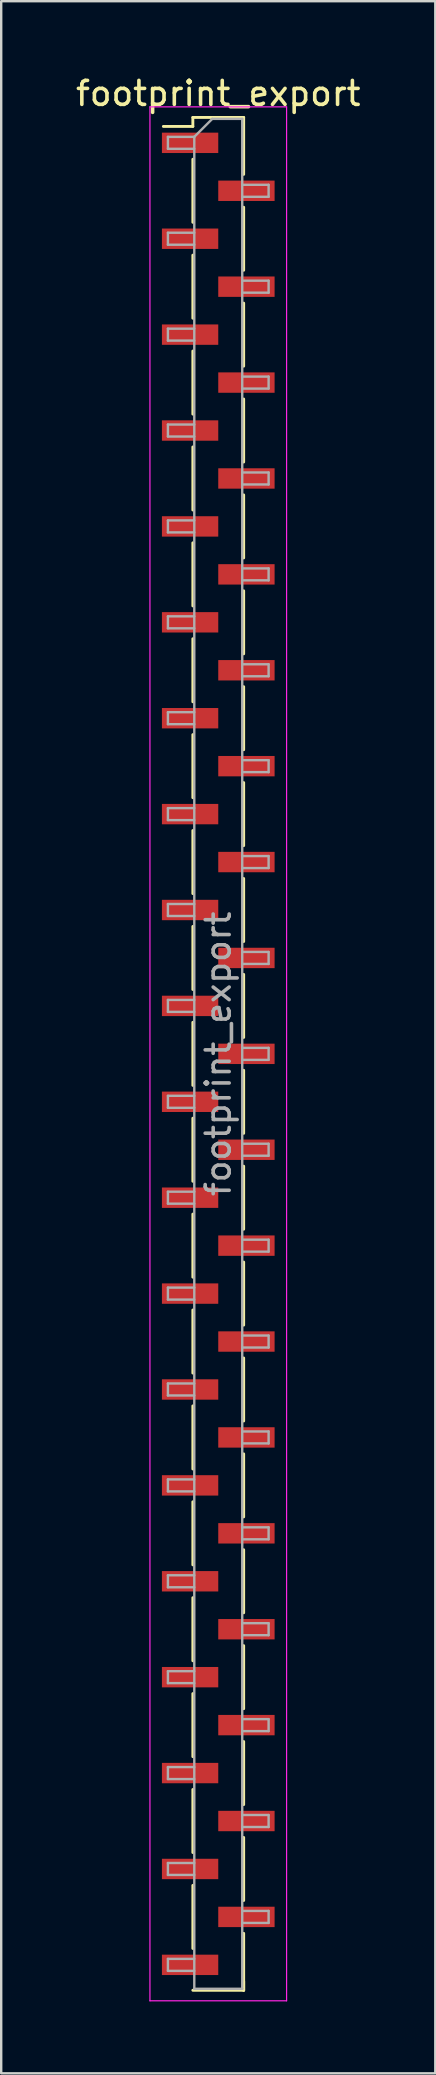
<source format=kicad_pcb>
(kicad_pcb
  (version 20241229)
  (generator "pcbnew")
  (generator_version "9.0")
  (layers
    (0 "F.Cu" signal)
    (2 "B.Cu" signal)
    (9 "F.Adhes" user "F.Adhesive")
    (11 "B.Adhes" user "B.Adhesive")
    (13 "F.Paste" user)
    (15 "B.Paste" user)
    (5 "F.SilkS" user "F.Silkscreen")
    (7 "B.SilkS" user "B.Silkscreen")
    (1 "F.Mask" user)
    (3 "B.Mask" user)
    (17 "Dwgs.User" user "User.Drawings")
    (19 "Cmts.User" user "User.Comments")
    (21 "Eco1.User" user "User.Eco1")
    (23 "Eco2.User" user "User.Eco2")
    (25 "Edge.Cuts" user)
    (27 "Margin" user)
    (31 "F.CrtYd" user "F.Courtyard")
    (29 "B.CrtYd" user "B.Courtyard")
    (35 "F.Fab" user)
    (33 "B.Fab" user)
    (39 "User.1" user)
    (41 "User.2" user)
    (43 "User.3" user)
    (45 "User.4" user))
  (footprint "footprint_export"
    (layer "F.Cu")
    (at 6.054 40.908)
    (property "Reference" "footprint_export" (at 0 -40.06 0) (layer "F.SilkS") (effects (font (size 1 1) (thickness 0.15))))
    (attr smd)
    (fp_line (start -1.06 -39.06) (end -1.06 -38.685) (stroke (width 0.12) (type solid)) (layer "F.SilkS"))
    (fp_line (start -1.06 -39.06) (end 1.06 -39.06) (stroke (width 0.12) (type solid)) (layer "F.SilkS"))
    (fp_line (start -1.06 -38.685) (end -2.29 -38.685) (stroke (width 0.12) (type solid)) (layer "F.SilkS"))
    (fp_line (start -1.06 -37.315) (end -1.06 -34.685) (stroke (width 0.12) (type solid)) (layer "F.SilkS"))
    (fp_line (start -1.06 -33.315) (end -1.06 -30.685) (stroke (width 0.12) (type solid)) (layer "F.SilkS"))
    (fp_line (start -1.06 -29.315) (end -1.06 -26.685) (stroke (width 0.12) (type solid)) (layer "F.SilkS"))
    (fp_line (start -1.06 -25.315) (end -1.06 -22.685) (stroke (width 0.12) (type solid)) (layer "F.SilkS"))
    (fp_line (start -1.06 -21.315) (end -1.06 -18.685) (stroke (width 0.12) (type solid)) (layer "F.SilkS"))
    (fp_line (start -1.06 -17.315) (end -1.06 -14.685) (stroke (width 0.12) (type solid)) (layer "F.SilkS"))
    (fp_line (start -1.06 -13.315) (end -1.06 -10.685) (stroke (width 0.12) (type solid)) (layer "F.SilkS"))
    (fp_line (start -1.06 -9.315) (end -1.06 -6.685) (stroke (width 0.12) (type solid)) (layer "F.SilkS"))
    (fp_line (start -1.06 -5.315) (end -1.06 -2.685) (stroke (width 0.12) (type solid)) (layer "F.SilkS"))
    (fp_line (start -1.06 -1.315) (end -1.06 1.315) (stroke (width 0.12) (type solid)) (layer "F.SilkS"))
    (fp_line (start -1.06 2.685) (end -1.06 5.315) (stroke (width 0.12) (type solid)) (layer "F.SilkS"))
    (fp_line (start -1.06 6.685) (end -1.06 9.315) (stroke (width 0.12) (type solid)) (layer "F.SilkS"))
    (fp_line (start -1.06 10.685) (end -1.06 13.315) (stroke (width 0.12) (type solid)) (layer "F.SilkS"))
    (fp_line (start -1.06 14.685) (end -1.06 17.315) (stroke (width 0.12) (type solid)) (layer "F.SilkS"))
    (fp_line (start -1.06 18.685) (end -1.06 21.315) (stroke (width 0.12) (type solid)) (layer "F.SilkS"))
    (fp_line (start -1.06 22.685) (end -1.06 25.315) (stroke (width 0.12) (type solid)) (layer "F.SilkS"))
    (fp_line (start -1.06 26.685) (end -1.06 29.315) (stroke (width 0.12) (type solid)) (layer "F.SilkS"))
    (fp_line (start -1.06 30.685) (end -1.06 33.315) (stroke (width 0.12) (type solid)) (layer "F.SilkS"))
    (fp_line (start -1.06 34.685) (end -1.06 37.315) (stroke (width 0.12) (type solid)) (layer "F.SilkS"))
    (fp_line (start -1.06 39.06) (end 1.06 39.06) (stroke (width 0.12) (type solid)) (layer "F.SilkS"))
    (fp_line (start 1.06 -39.06) (end 1.06 -36.685) (stroke (width 0.12) (type solid)) (layer "F.SilkS"))
    (fp_line (start 1.06 -35.315) (end 1.06 -32.685) (stroke (width 0.12) (type solid)) (layer "F.SilkS"))
    (fp_line (start 1.06 -31.315) (end 1.06 -28.685) (stroke (width 0.12) (type solid)) (layer "F.SilkS"))
    (fp_line (start 1.06 -27.315) (end 1.06 -24.685) (stroke (width 0.12) (type solid)) (layer "F.SilkS"))
    (fp_line (start 1.06 -23.315) (end 1.06 -20.685) (stroke (width 0.12) (type solid)) (layer "F.SilkS"))
    (fp_line (start 1.06 -19.315) (end 1.06 -16.685) (stroke (width 0.12) (type solid)) (layer "F.SilkS"))
    (fp_line (start 1.06 -15.315) (end 1.06 -12.685) (stroke (width 0.12) (type solid)) (layer "F.SilkS"))
    (fp_line (start 1.06 -11.315) (end 1.06 -8.685) (stroke (width 0.12) (type solid)) (layer "F.SilkS"))
    (fp_line (start 1.06 -7.315) (end 1.06 -4.685) (stroke (width 0.12) (type solid)) (layer "F.SilkS"))
    (fp_line (start 1.06 -3.315) (end 1.06 -0.685) (stroke (width 0.12) (type solid)) (layer "F.SilkS"))
    (fp_line (start 1.06 0.685) (end 1.06 3.315) (stroke (width 0.12) (type solid)) (layer "F.SilkS"))
    (fp_line (start 1.06 4.685) (end 1.06 7.315) (stroke (width 0.12) (type solid)) (layer "F.SilkS"))
    (fp_line (start 1.06 8.685) (end 1.06 11.315) (stroke (width 0.12) (type solid)) (layer "F.SilkS"))
    (fp_line (start 1.06 12.685) (end 1.06 15.315) (stroke (width 0.12) (type solid)) (layer "F.SilkS"))
    (fp_line (start 1.06 16.685) (end 1.06 19.315) (stroke (width 0.12) (type solid)) (layer "F.SilkS"))
    (fp_line (start 1.06 20.685) (end 1.06 23.315) (stroke (width 0.12) (type solid)) (layer "F.SilkS"))
    (fp_line (start 1.06 24.685) (end 1.06 27.315) (stroke (width 0.12) (type solid)) (layer "F.SilkS"))
    (fp_line (start 1.06 28.685) (end 1.06 31.315) (stroke (width 0.12) (type solid)) (layer "F.SilkS"))
    (fp_line (start 1.06 32.685) (end 1.06 35.315) (stroke (width 0.12) (type solid)) (layer "F.SilkS"))
    (fp_line (start 1.06 36.685) (end 1.06 39.06) (stroke (width 0.12) (type solid)) (layer "F.SilkS"))
    (fp_line (start 1.06 38.685) (end 1.06 39.06) (stroke (width 0.12) (type solid)) (layer "F.SilkS"))
    (fp_line (start -2.85 -39.5) (end -2.85 39.5) (stroke (width 0.05) (type solid)) (layer "F.CrtYd"))
    (fp_line (start -2.85 39.5) (end 2.85 39.5) (stroke (width 0.05) (type solid)) (layer "F.CrtYd"))
    (fp_line (start 2.85 -39.5) (end -2.85 -39.5) (stroke (width 0.05) (type solid)) (layer "F.CrtYd"))
    (fp_line (start 2.85 39.5) (end 2.85 -39.5) (stroke (width 0.05) (type solid)) (layer "F.CrtYd"))
    (fp_line (start -2.1 -38.25) (end -2.1 -37.75) (stroke (width 0.1) (type solid)) (layer "F.Fab"))
    (fp_line (start -2.1 -37.75) (end -1 -37.75) (stroke (width 0.1) (type solid)) (layer "F.Fab"))
    (fp_line (start -2.1 -34.25) (end -2.1 -33.75) (stroke (width 0.1) (type solid)) (layer "F.Fab"))
    (fp_line (start -2.1 -33.75) (end -1 -33.75) (stroke (width 0.1) (type solid)) (layer "F.Fab"))
    (fp_line (start -2.1 -30.25) (end -2.1 -29.75) (stroke (width 0.1) (type solid)) (layer "F.Fab"))
    (fp_line (start -2.1 -29.75) (end -1 -29.75) (stroke (width 0.1) (type solid)) (layer "F.Fab"))
    (fp_line (start -2.1 -26.25) (end -2.1 -25.75) (stroke (width 0.1) (type solid)) (layer "F.Fab"))
    (fp_line (start -2.1 -25.75) (end -1 -25.75) (stroke (width 0.1) (type solid)) (layer "F.Fab"))
    (fp_line (start -2.1 -22.25) (end -2.1 -21.75) (stroke (width 0.1) (type solid)) (layer "F.Fab"))
    (fp_line (start -2.1 -21.75) (end -1 -21.75) (stroke (width 0.1) (type solid)) (layer "F.Fab"))
    (fp_line (start -2.1 -18.25) (end -2.1 -17.75) (stroke (width 0.1) (type solid)) (layer "F.Fab"))
    (fp_line (start -2.1 -17.75) (end -1 -17.75) (stroke (width 0.1) (type solid)) (layer "F.Fab"))
    (fp_line (start -2.1 -14.25) (end -2.1 -13.75) (stroke (width 0.1) (type solid)) (layer "F.Fab"))
    (fp_line (start -2.1 -13.75) (end -1 -13.75) (stroke (width 0.1) (type solid)) (layer "F.Fab"))
    (fp_line (start -2.1 -10.25) (end -2.1 -9.75) (stroke (width 0.1) (type solid)) (layer "F.Fab"))
    (fp_line (start -2.1 -9.75) (end -1 -9.75) (stroke (width 0.1) (type solid)) (layer "F.Fab"))
    (fp_line (start -2.1 -6.25) (end -2.1 -5.75) (stroke (width 0.1) (type solid)) (layer "F.Fab"))
    (fp_line (start -2.1 -5.75) (end -1 -5.75) (stroke (width 0.1) (type solid)) (layer "F.Fab"))
    (fp_line (start -2.1 -2.25) (end -2.1 -1.75) (stroke (width 0.1) (type solid)) (layer "F.Fab"))
    (fp_line (start -2.1 -1.75) (end -1 -1.75) (stroke (width 0.1) (type solid)) (layer "F.Fab"))
    (fp_line (start -2.1 1.75) (end -2.1 2.25) (stroke (width 0.1) (type solid)) (layer "F.Fab"))
    (fp_line (start -2.1 2.25) (end -1 2.25) (stroke (width 0.1) (type solid)) (layer "F.Fab"))
    (fp_line (start -2.1 5.75) (end -2.1 6.25) (stroke (width 0.1) (type solid)) (layer "F.Fab"))
    (fp_line (start -2.1 6.25) (end -1 6.25) (stroke (width 0.1) (type solid)) (layer "F.Fab"))
    (fp_line (start -2.1 9.75) (end -2.1 10.25) (stroke (width 0.1) (type solid)) (layer "F.Fab"))
    (fp_line (start -2.1 10.25) (end -1 10.25) (stroke (width 0.1) (type solid)) (layer "F.Fab"))
    (fp_line (start -2.1 13.75) (end -2.1 14.25) (stroke (width 0.1) (type solid)) (layer "F.Fab"))
    (fp_line (start -2.1 14.25) (end -1 14.25) (stroke (width 0.1) (type solid)) (layer "F.Fab"))
    (fp_line (start -2.1 17.75) (end -2.1 18.25) (stroke (width 0.1) (type solid)) (layer "F.Fab"))
    (fp_line (start -2.1 18.25) (end -1 18.25) (stroke (width 0.1) (type solid)) (layer "F.Fab"))
    (fp_line (start -2.1 21.75) (end -2.1 22.25) (stroke (width 0.1) (type solid)) (layer "F.Fab"))
    (fp_line (start -2.1 22.25) (end -1 22.25) (stroke (width 0.1) (type solid)) (layer "F.Fab"))
    (fp_line (start -2.1 25.75) (end -2.1 26.25) (stroke (width 0.1) (type solid)) (layer "F.Fab"))
    (fp_line (start -2.1 26.25) (end -1 26.25) (stroke (width 0.1) (type solid)) (layer "F.Fab"))
    (fp_line (start -2.1 29.75) (end -2.1 30.25) (stroke (width 0.1) (type solid)) (layer "F.Fab"))
    (fp_line (start -2.1 30.25) (end -1 30.25) (stroke (width 0.1) (type solid)) (layer "F.Fab"))
    (fp_line (start -2.1 33.75) (end -2.1 34.25) (stroke (width 0.1) (type solid)) (layer "F.Fab"))
    (fp_line (start -2.1 34.25) (end -1 34.25) (stroke (width 0.1) (type solid)) (layer "F.Fab"))
    (fp_line (start -2.1 37.75) (end -2.1 38.25) (stroke (width 0.1) (type solid)) (layer "F.Fab"))
    (fp_line (start -2.1 38.25) (end -1 38.25) (stroke (width 0.1) (type solid)) (layer "F.Fab"))
    (fp_line (start -1 -38.25) (end -2.1 -38.25) (stroke (width 0.1) (type solid)) (layer "F.Fab"))
    (fp_line (start -1 -38.25) (end -0.25 -39) (stroke (width 0.1) (type solid)) (layer "F.Fab"))
    (fp_line (start -1 -34.25) (end -2.1 -34.25) (stroke (width 0.1) (type solid)) (layer "F.Fab"))
    (fp_line (start -1 -30.25) (end -2.1 -30.25) (stroke (width 0.1) (type solid)) (layer "F.Fab"))
    (fp_line (start -1 -26.25) (end -2.1 -26.25) (stroke (width 0.1) (type solid)) (layer "F.Fab"))
    (fp_line (start -1 -22.25) (end -2.1 -22.25) (stroke (width 0.1) (type solid)) (layer "F.Fab"))
    (fp_line (start -1 -18.25) (end -2.1 -18.25) (stroke (width 0.1) (type solid)) (layer "F.Fab"))
    (fp_line (start -1 -14.25) (end -2.1 -14.25) (stroke (width 0.1) (type solid)) (layer "F.Fab"))
    (fp_line (start -1 -10.25) (end -2.1 -10.25) (stroke (width 0.1) (type solid)) (layer "F.Fab"))
    (fp_line (start -1 -6.25) (end -2.1 -6.25) (stroke (width 0.1) (type solid)) (layer "F.Fab"))
    (fp_line (start -1 -2.25) (end -2.1 -2.25) (stroke (width 0.1) (type solid)) (layer "F.Fab"))
    (fp_line (start -1 1.75) (end -2.1 1.75) (stroke (width 0.1) (type solid)) (layer "F.Fab"))
    (fp_line (start -1 5.75) (end -2.1 5.75) (stroke (width 0.1) (type solid)) (layer "F.Fab"))
    (fp_line (start -1 9.75) (end -2.1 9.75) (stroke (width 0.1) (type solid)) (layer "F.Fab"))
    (fp_line (start -1 13.75) (end -2.1 13.75) (stroke (width 0.1) (type solid)) (layer "F.Fab"))
    (fp_line (start -1 17.75) (end -2.1 17.75) (stroke (width 0.1) (type solid)) (layer "F.Fab"))
    (fp_line (start -1 21.75) (end -2.1 21.75) (stroke (width 0.1) (type solid)) (layer "F.Fab"))
    (fp_line (start -1 25.75) (end -2.1 25.75) (stroke (width 0.1) (type solid)) (layer "F.Fab"))
    (fp_line (start -1 29.75) (end -2.1 29.75) (stroke (width 0.1) (type solid)) (layer "F.Fab"))
    (fp_line (start -1 33.75) (end -2.1 33.75) (stroke (width 0.1) (type solid)) (layer "F.Fab"))
    (fp_line (start -1 37.75) (end -2.1 37.75) (stroke (width 0.1) (type solid)) (layer "F.Fab"))
    (fp_line (start -1 39) (end -1 -38.25) (stroke (width 0.1) (type solid)) (layer "F.Fab"))
    (fp_line (start -0.25 -39) (end 1 -39) (stroke (width 0.1) (type solid)) (layer "F.Fab"))
    (fp_line (start 1 -39) (end 1 39) (stroke (width 0.1) (type solid)) (layer "F.Fab"))
    (fp_line (start 1 -36.25) (end 2.1 -36.25) (stroke (width 0.1) (type solid)) (layer "F.Fab"))
    (fp_line (start 1 -32.25) (end 2.1 -32.25) (stroke (width 0.1) (type solid)) (layer "F.Fab"))
    (fp_line (start 1 -28.25) (end 2.1 -28.25) (stroke (width 0.1) (type solid)) (layer "F.Fab"))
    (fp_line (start 1 -24.25) (end 2.1 -24.25) (stroke (width 0.1) (type solid)) (layer "F.Fab"))
    (fp_line (start 1 -20.25) (end 2.1 -20.25) (stroke (width 0.1) (type solid)) (layer "F.Fab"))
    (fp_line (start 1 -16.25) (end 2.1 -16.25) (stroke (width 0.1) (type solid)) (layer "F.Fab"))
    (fp_line (start 1 -12.25) (end 2.1 -12.25) (stroke (width 0.1) (type solid)) (layer "F.Fab"))
    (fp_line (start 1 -8.25) (end 2.1 -8.25) (stroke (width 0.1) (type solid)) (layer "F.Fab"))
    (fp_line (start 1 -4.25) (end 2.1 -4.25) (stroke (width 0.1) (type solid)) (layer "F.Fab"))
    (fp_line (start 1 -0.25) (end 2.1 -0.25) (stroke (width 0.1) (type solid)) (layer "F.Fab"))
    (fp_line (start 1 3.75) (end 2.1 3.75) (stroke (width 0.1) (type solid)) (layer "F.Fab"))
    (fp_line (start 1 7.75) (end 2.1 7.75) (stroke (width 0.1) (type solid)) (layer "F.Fab"))
    (fp_line (start 1 11.75) (end 2.1 11.75) (stroke (width 0.1) (type solid)) (layer "F.Fab"))
    (fp_line (start 1 15.75) (end 2.1 15.75) (stroke (width 0.1) (type solid)) (layer "F.Fab"))
    (fp_line (start 1 19.75) (end 2.1 19.75) (stroke (width 0.1) (type solid)) (layer "F.Fab"))
    (fp_line (start 1 23.75) (end 2.1 23.75) (stroke (width 0.1) (type solid)) (layer "F.Fab"))
    (fp_line (start 1 27.75) (end 2.1 27.75) (stroke (width 0.1) (type solid)) (layer "F.Fab"))
    (fp_line (start 1 31.75) (end 2.1 31.75) (stroke (width 0.1) (type solid)) (layer "F.Fab"))
    (fp_line (start 1 35.75) (end 2.1 35.75) (stroke (width 0.1) (type solid)) (layer "F.Fab"))
    (fp_line (start 1 39) (end -1 39) (stroke (width 0.1) (type solid)) (layer "F.Fab"))
    (fp_line (start 2.1 -36.25) (end 2.1 -35.75) (stroke (width 0.1) (type solid)) (layer "F.Fab"))
    (fp_line (start 2.1 -35.75) (end 1 -35.75) (stroke (width 0.1) (type solid)) (layer "F.Fab"))
    (fp_line (start 2.1 -32.25) (end 2.1 -31.75) (stroke (width 0.1) (type solid)) (layer "F.Fab"))
    (fp_line (start 2.1 -31.75) (end 1 -31.75) (stroke (width 0.1) (type solid)) (layer "F.Fab"))
    (fp_line (start 2.1 -28.25) (end 2.1 -27.75) (stroke (width 0.1) (type solid)) (layer "F.Fab"))
    (fp_line (start 2.1 -27.75) (end 1 -27.75) (stroke (width 0.1) (type solid)) (layer "F.Fab"))
    (fp_line (start 2.1 -24.25) (end 2.1 -23.75) (stroke (width 0.1) (type solid)) (layer "F.Fab"))
    (fp_line (start 2.1 -23.75) (end 1 -23.75) (stroke (width 0.1) (type solid)) (layer "F.Fab"))
    (fp_line (start 2.1 -20.25) (end 2.1 -19.75) (stroke (width 0.1) (type solid)) (layer "F.Fab"))
    (fp_line (start 2.1 -19.75) (end 1 -19.75) (stroke (width 0.1) (type solid)) (layer "F.Fab"))
    (fp_line (start 2.1 -16.25) (end 2.1 -15.75) (stroke (width 0.1) (type solid)) (layer "F.Fab"))
    (fp_line (start 2.1 -15.75) (end 1 -15.75) (stroke (width 0.1) (type solid)) (layer "F.Fab"))
    (fp_line (start 2.1 -12.25) (end 2.1 -11.75) (stroke (width 0.1) (type solid)) (layer "F.Fab"))
    (fp_line (start 2.1 -11.75) (end 1 -11.75) (stroke (width 0.1) (type solid)) (layer "F.Fab"))
    (fp_line (start 2.1 -8.25) (end 2.1 -7.75) (stroke (width 0.1) (type solid)) (layer "F.Fab"))
    (fp_line (start 2.1 -7.75) (end 1 -7.75) (stroke (width 0.1) (type solid)) (layer "F.Fab"))
    (fp_line (start 2.1 -4.25) (end 2.1 -3.75) (stroke (width 0.1) (type solid)) (layer "F.Fab"))
    (fp_line (start 2.1 -3.75) (end 1 -3.75) (stroke (width 0.1) (type solid)) (layer "F.Fab"))
    (fp_line (start 2.1 -0.25) (end 2.1 0.25) (stroke (width 0.1) (type solid)) (layer "F.Fab"))
    (fp_line (start 2.1 0.25) (end 1 0.25) (stroke (width 0.1) (type solid)) (layer "F.Fab"))
    (fp_line (start 2.1 3.75) (end 2.1 4.25) (stroke (width 0.1) (type solid)) (layer "F.Fab"))
    (fp_line (start 2.1 4.25) (end 1 4.25) (stroke (width 0.1) (type solid)) (layer "F.Fab"))
    (fp_line (start 2.1 7.75) (end 2.1 8.25) (stroke (width 0.1) (type solid)) (layer "F.Fab"))
    (fp_line (start 2.1 8.25) (end 1 8.25) (stroke (width 0.1) (type solid)) (layer "F.Fab"))
    (fp_line (start 2.1 11.75) (end 2.1 12.25) (stroke (width 0.1) (type solid)) (layer "F.Fab"))
    (fp_line (start 2.1 12.25) (end 1 12.25) (stroke (width 0.1) (type solid)) (layer "F.Fab"))
    (fp_line (start 2.1 15.75) (end 2.1 16.25) (stroke (width 0.1) (type solid)) (layer "F.Fab"))
    (fp_line (start 2.1 16.25) (end 1 16.25) (stroke (width 0.1) (type solid)) (layer "F.Fab"))
    (fp_line (start 2.1 19.75) (end 2.1 20.25) (stroke (width 0.1) (type solid)) (layer "F.Fab"))
    (fp_line (start 2.1 20.25) (end 1 20.25) (stroke (width 0.1) (type solid)) (layer "F.Fab"))
    (fp_line (start 2.1 23.75) (end 2.1 24.25) (stroke (width 0.1) (type solid)) (layer "F.Fab"))
    (fp_line (start 2.1 24.25) (end 1 24.25) (stroke (width 0.1) (type solid)) (layer "F.Fab"))
    (fp_line (start 2.1 27.75) (end 2.1 28.25) (stroke (width 0.1) (type solid)) (layer "F.Fab"))
    (fp_line (start 2.1 28.25) (end 1 28.25) (stroke (width 0.1) (type solid)) (layer "F.Fab"))
    (fp_line (start 2.1 31.75) (end 2.1 32.25) (stroke (width 0.1) (type solid)) (layer "F.Fab"))
    (fp_line (start 2.1 32.25) (end 1 32.25) (stroke (width 0.1) (type solid)) (layer "F.Fab"))
    (fp_line (start 2.1 35.75) (end 2.1 36.25) (stroke (width 0.1) (type solid)) (layer "F.Fab"))
    (fp_line (start 2.1 36.25) (end 1 36.25) (stroke (width 0.1) (type solid)) (layer "F.Fab"))
    (fp_text user "${REFERENCE}" (at 0 0 90) (layer "F.Fab") (effects (font (size 1 1) (thickness 0.15))))
    (pad "1" smd rect (at -1.175 -38) (size 2.35 0.85) (layers "F.Cu" "F.Mask" "F.Paste"))
    (pad "2" smd rect (at 1.175 -36) (size 2.35 0.85) (layers "F.Cu" "F.Mask" "F.Paste"))
    (pad "3" smd rect (at -1.175 -34) (size 2.35 0.85) (layers "F.Cu" "F.Mask" "F.Paste"))
    (pad "4" smd rect (at 1.175 -32) (size 2.35 0.85) (layers "F.Cu" "F.Mask" "F.Paste"))
    (pad "5" smd rect (at -1.175 -30) (size 2.35 0.85) (layers "F.Cu" "F.Mask" "F.Paste"))
    (pad "6" smd rect (at 1.175 -28) (size 2.35 0.85) (layers "F.Cu" "F.Mask" "F.Paste"))
    (pad "7" smd rect (at -1.175 -26) (size 2.35 0.85) (layers "F.Cu" "F.Mask" "F.Paste"))
    (pad "8" smd rect (at 1.175 -24) (size 2.35 0.85) (layers "F.Cu" "F.Mask" "F.Paste"))
    (pad "9" smd rect (at -1.175 -22) (size 2.35 0.85) (layers "F.Cu" "F.Mask" "F.Paste"))
    (pad "10" smd rect (at 1.175 -20) (size 2.35 0.85) (layers "F.Cu" "F.Mask" "F.Paste"))
    (pad "11" smd rect (at -1.175 -18) (size 2.35 0.85) (layers "F.Cu" "F.Mask" "F.Paste"))
    (pad "12" smd rect (at 1.175 -16) (size 2.35 0.85) (layers "F.Cu" "F.Mask" "F.Paste"))
    (pad "13" smd rect (at -1.175 -14) (size 2.35 0.85) (layers "F.Cu" "F.Mask" "F.Paste"))
    (pad "14" smd rect (at 1.175 -12) (size 2.35 0.85) (layers "F.Cu" "F.Mask" "F.Paste"))
    (pad "15" smd rect (at -1.175 -10) (size 2.35 0.85) (layers "F.Cu" "F.Mask" "F.Paste"))
    (pad "16" smd rect (at 1.175 -8) (size 2.35 0.85) (layers "F.Cu" "F.Mask" "F.Paste"))
    (pad "17" smd rect (at -1.175 -6) (size 2.35 0.85) (layers "F.Cu" "F.Mask" "F.Paste"))
    (pad "18" smd rect (at 1.175 -4) (size 2.35 0.85) (layers "F.Cu" "F.Mask" "F.Paste"))
    (pad "19" smd rect (at -1.175 -2) (size 2.35 0.85) (layers "F.Cu" "F.Mask" "F.Paste"))
    (pad "20" smd rect (at 1.175 0) (size 2.35 0.85) (layers "F.Cu" "F.Mask" "F.Paste"))
    (pad "21" smd rect (at -1.175 2) (size 2.35 0.85) (layers "F.Cu" "F.Mask" "F.Paste"))
    (pad "22" smd rect (at 1.175 4) (size 2.35 0.85) (layers "F.Cu" "F.Mask" "F.Paste"))
    (pad "23" smd rect (at -1.175 6) (size 2.35 0.85) (layers "F.Cu" "F.Mask" "F.Paste"))
    (pad "24" smd rect (at 1.175 8) (size 2.35 0.85) (layers "F.Cu" "F.Mask" "F.Paste"))
    (pad "25" smd rect (at -1.175 10) (size 2.35 0.85) (layers "F.Cu" "F.Mask" "F.Paste"))
    (pad "26" smd rect (at 1.175 12) (size 2.35 0.85) (layers "F.Cu" "F.Mask" "F.Paste"))
    (pad "27" smd rect (at -1.175 14) (size 2.35 0.85) (layers "F.Cu" "F.Mask" "F.Paste"))
    (pad "28" smd rect (at 1.175 16) (size 2.35 0.85) (layers "F.Cu" "F.Mask" "F.Paste"))
    (pad "29" smd rect (at -1.175 18) (size 2.35 0.85) (layers "F.Cu" "F.Mask" "F.Paste"))
    (pad "30" smd rect (at 1.175 20) (size 2.35 0.85) (layers "F.Cu" "F.Mask" "F.Paste"))
    (pad "31" smd rect (at -1.175 22) (size 2.35 0.85) (layers "F.Cu" "F.Mask" "F.Paste"))
    (pad "32" smd rect (at 1.175 24) (size 2.35 0.85) (layers "F.Cu" "F.Mask" "F.Paste"))
    (pad "33" smd rect (at -1.175 26) (size 2.35 0.85) (layers "F.Cu" "F.Mask" "F.Paste"))
    (pad "34" smd rect (at 1.175 28) (size 2.35 0.85) (layers "F.Cu" "F.Mask" "F.Paste"))
    (pad "35" smd rect (at -1.175 30) (size 2.35 0.85) (layers "F.Cu" "F.Mask" "F.Paste"))
    (pad "36" smd rect (at 1.175 32) (size 2.35 0.85) (layers "F.Cu" "F.Mask" "F.Paste"))
    (pad "37" smd rect (at -1.175 34) (size 2.35 0.85) (layers "F.Cu" "F.Mask" "F.Paste"))
    (pad "38" smd rect (at 1.175 36) (size 2.35 0.85) (layers "F.Cu" "F.Mask" "F.Paste"))
    (pad "39" smd rect (at -1.175 38) (size 2.35 0.85) (layers "F.Cu" "F.Mask" "F.Paste")))
  (gr_rect
    (start -3 -3)
    (end 15.107 83.433)
    (stroke (width 0.1) (type default))
    (fill no)
    (layer "Edge.Cuts")))
</source>
